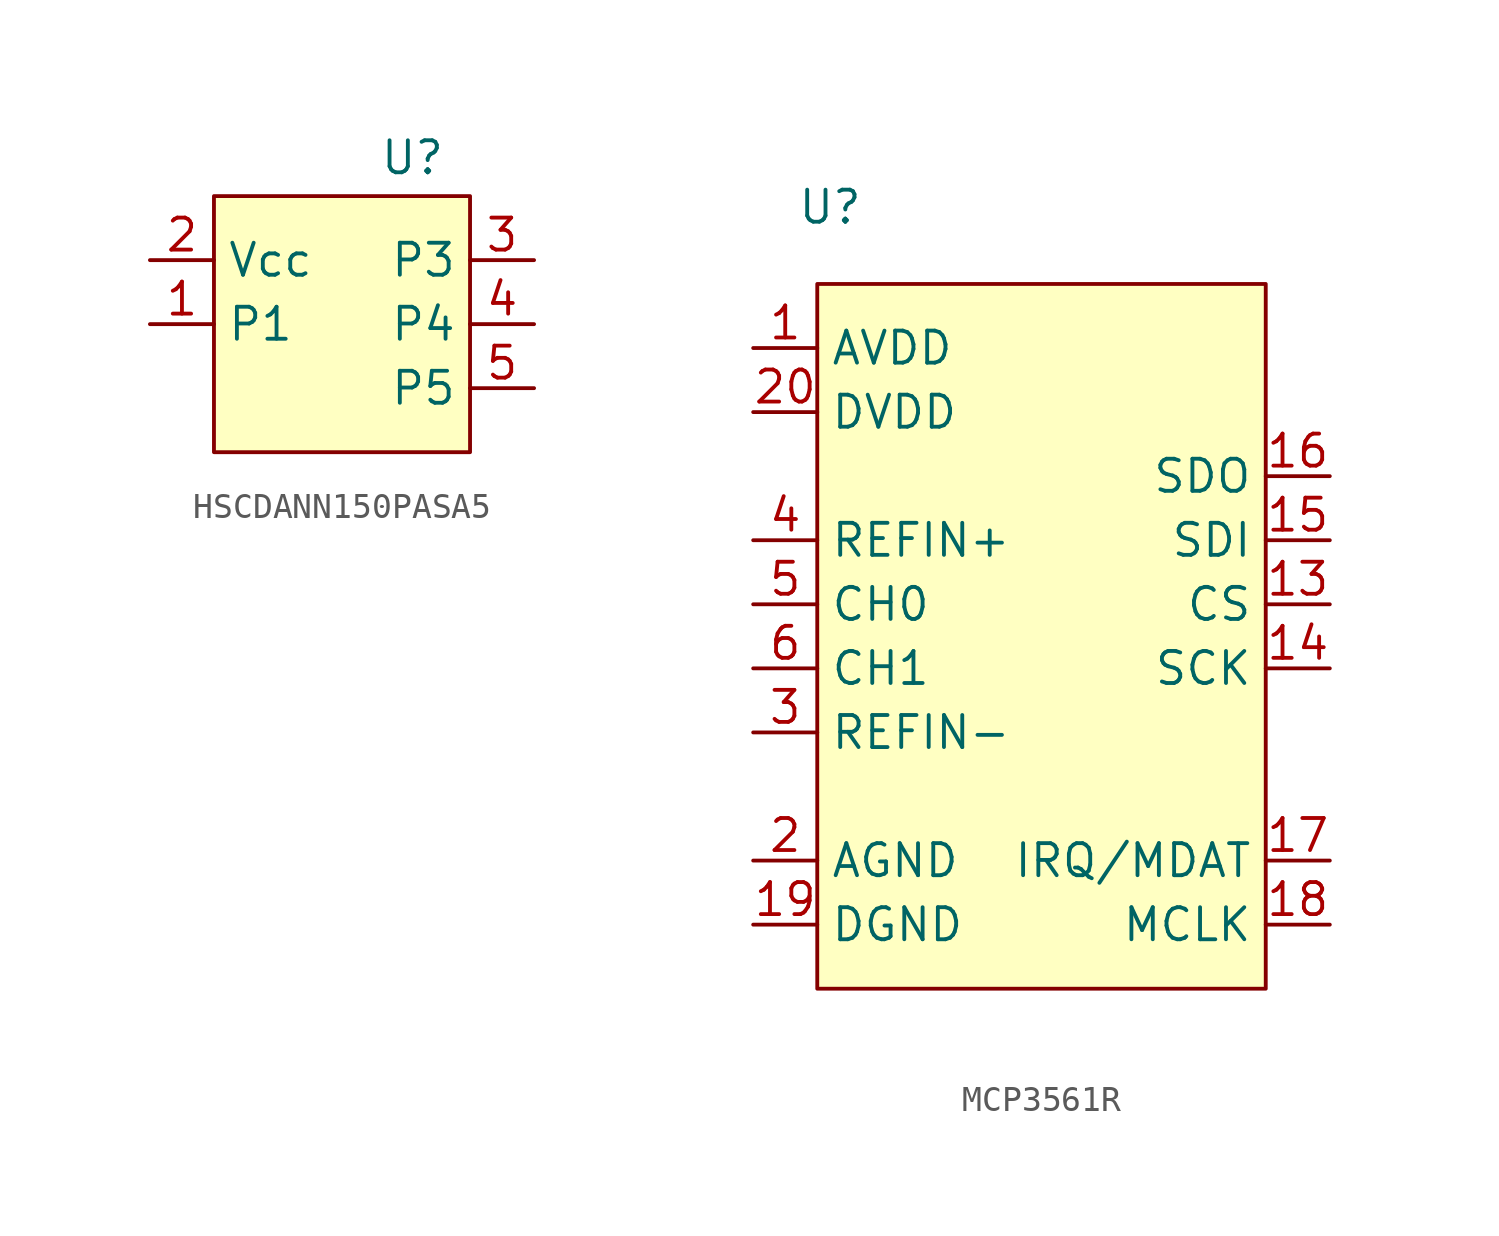
<source format=kicad_sym>
(kicad_symbol_lib
  (version 20241209)
  (generator "kicad_symbol_editor")
  (generator_version "9.0")
  (symbol "HSCDANN150PASA5"
    (property "Reference" "U"
      (at 2.794 6.604 0)
      (effects (font (size 1.27 1.27))))
    (property "Value" ""
      (at 0 0 0)
      (effects (font (size 1.27 1.27))))
    (symbol "HSCDANN150PASA5_1_1"
      (rectangle (start -5.08 5.08) (end 5.08 -5.08) (stroke (width 0) (type solid)) (fill (type background)))
      (pin power_in line (at -7.62 2.54 0) (length 2.54) (name "Vcc" (effects (font (size 1.27 1.27)))) (number "2" (effects (font (size 1.27 1.27)))))
      (pin input line (at -7.62 0 0) (length 2.54) (name "P1" (effects (font (size 1.27 1.27)))) (number "1" (effects (font (size 1.27 1.27)))))
      (pin no_connect line (at 0 7.62 270) (length 2.54) (hide yes) (name "NC" (effects (font (size 1.27 1.27)))) (number "6" (effects (font (size 1.27 1.27)))))
      (pin no_connect line (at 0 7.62 270) (length 2.54) (hide yes) (name "NC" (effects (font (size 1.27 1.27)))) (number "7" (effects (font (size 1.27 1.27)))))
      (pin no_connect line (at 0 7.62 270) (length 2.54) (hide yes) (name "NC" (effects (font (size 1.27 1.27)))) (number "8" (effects (font (size 1.27 1.27)))))
      (pin input line (at 7.62 2.54 180) (length 2.54) (name "P3" (effects (font (size 1.27 1.27)))) (number "3" (effects (font (size 1.27 1.27)))))
      (pin input line (at 7.62 0 180) (length 2.54) (name "P4" (effects (font (size 1.27 1.27)))) (number "4" (effects (font (size 1.27 1.27)))))
      (pin input line (at 7.62 -2.54 180) (length 2.54) (name "P5" (effects (font (size 1.27 1.27)))) (number "5" (effects (font (size 1.27 1.27)))))))
  (symbol "MCP3561R"
    (property "Reference" "U"
      (at -7.112 30.988 0)
      (effects (font (size 1.27 1.27))))
    (property "Value" ""
      (at 0 0 0)
      (effects (font (size 1.27 1.27))))
    (symbol "MCP3561R_1_1"
      (rectangle (start -7.62 27.94) (end 10.16 0) (stroke (width 0) (type solid)) (fill (type background)))
      (pin power_in line (at -10.16 25.4 0) (length 2.54) (name "AVDD" (effects (font (size 1.27 1.27)))) (number "1" (effects (font (size 1.27 1.27)))))
      (pin power_in line (at -10.16 22.86 0) (length 2.54) (name "DVDD" (effects (font (size 1.27 1.27)))) (number "20" (effects (font (size 1.27 1.27)))))
      (pin input line (at -10.16 17.78 0) (length 2.54) (name "REFIN+" (effects (font (size 1.27 1.27)))) (number "4" (effects (font (size 1.27 1.27)))))
      (pin input line (at -10.16 15.24 0) (length 2.54) (name "CH0" (effects (font (size 1.27 1.27)))) (number "5" (effects (font (size 1.27 1.27)))))
      (pin input line (at -10.16 12.7 0) (length 2.54) (name "CH1" (effects (font (size 1.27 1.27)))) (number "6" (effects (font (size 1.27 1.27)))))
      (pin input line (at -10.16 10.16 0) (length 2.54) (name "REFIN-" (effects (font (size 1.27 1.27)))) (number "3" (effects (font (size 1.27 1.27)))))
      (pin power_in line (at -10.16 5.08 0) (length 2.54) (name "AGND" (effects (font (size 1.27 1.27)))) (number "2" (effects (font (size 1.27 1.27)))))
      (pin power_in line (at -10.16 2.54 0) (length 2.54) (name "DGND" (effects (font (size 1.27 1.27)))) (number "19" (effects (font (size 1.27 1.27)))))
      (pin no_connect line (at 12.7 25.4 180) (length 2.54) (hide yes) (name "NC" (effects (font (size 1.27 1.27)))) (number "10" (effects (font (size 1.27 1.27)))))
      (pin no_connect line (at 12.7 25.4 180) (length 2.54) (hide yes) (name "NC" (effects (font (size 1.27 1.27)))) (number "11" (effects (font (size 1.27 1.27)))))
      (pin no_connect line (at 12.7 25.4 180) (length 2.54) (hide yes) (name "NC" (effects (font (size 1.27 1.27)))) (number "12" (effects (font (size 1.27 1.27)))))
      (pin no_connect line (at 12.7 25.4 180) (length 2.54) (hide yes) (name "NC" (effects (font (size 1.27 1.27)))) (number "7" (effects (font (size 1.27 1.27)))))
      (pin no_connect line (at 12.7 25.4 180) (length 2.54) (hide yes) (name "NC" (effects (font (size 1.27 1.27)))) (number "8" (effects (font (size 1.27 1.27)))))
      (pin no_connect line (at 12.7 25.4 180) (length 2.54) (hide yes) (name "NC" (effects (font (size 1.27 1.27)))) (number "9" (effects (font (size 1.27 1.27)))))
      (pin output line (at 12.7 20.32 180) (length 2.54) (name "SDO" (effects (font (size 1.27 1.27)))) (number "16" (effects (font (size 1.27 1.27)))))
      (pin input line (at 12.7 17.78 180) (length 2.54) (name "SDI" (effects (font (size 1.27 1.27)))) (number "15" (effects (font (size 1.27 1.27)))))
      (pin input line (at 12.7 15.24 180) (length 2.54) (name "CS" (effects (font (size 1.27 1.27)))) (number "13" (effects (font (size 1.27 1.27)))))
      (pin bidirectional line (at 12.7 12.7 180) (length 2.54) (name "SCK" (effects (font (size 1.27 1.27)))) (number "14" (effects (font (size 1.27 1.27)))))
      (pin unspecified line (at 12.7 5.08 180) (length 2.54) (name "IRQ/MDAT" (effects (font (size 1.27 1.27)))) (number "17" (effects (font (size 1.27 1.27)))))
      (pin bidirectional line (at 12.7 2.54 180) (length 2.54) (name "MCLK" (effects (font (size 1.27 1.27)))) (number "18" (effects (font (size 1.27 1.27))))))))
</source>
